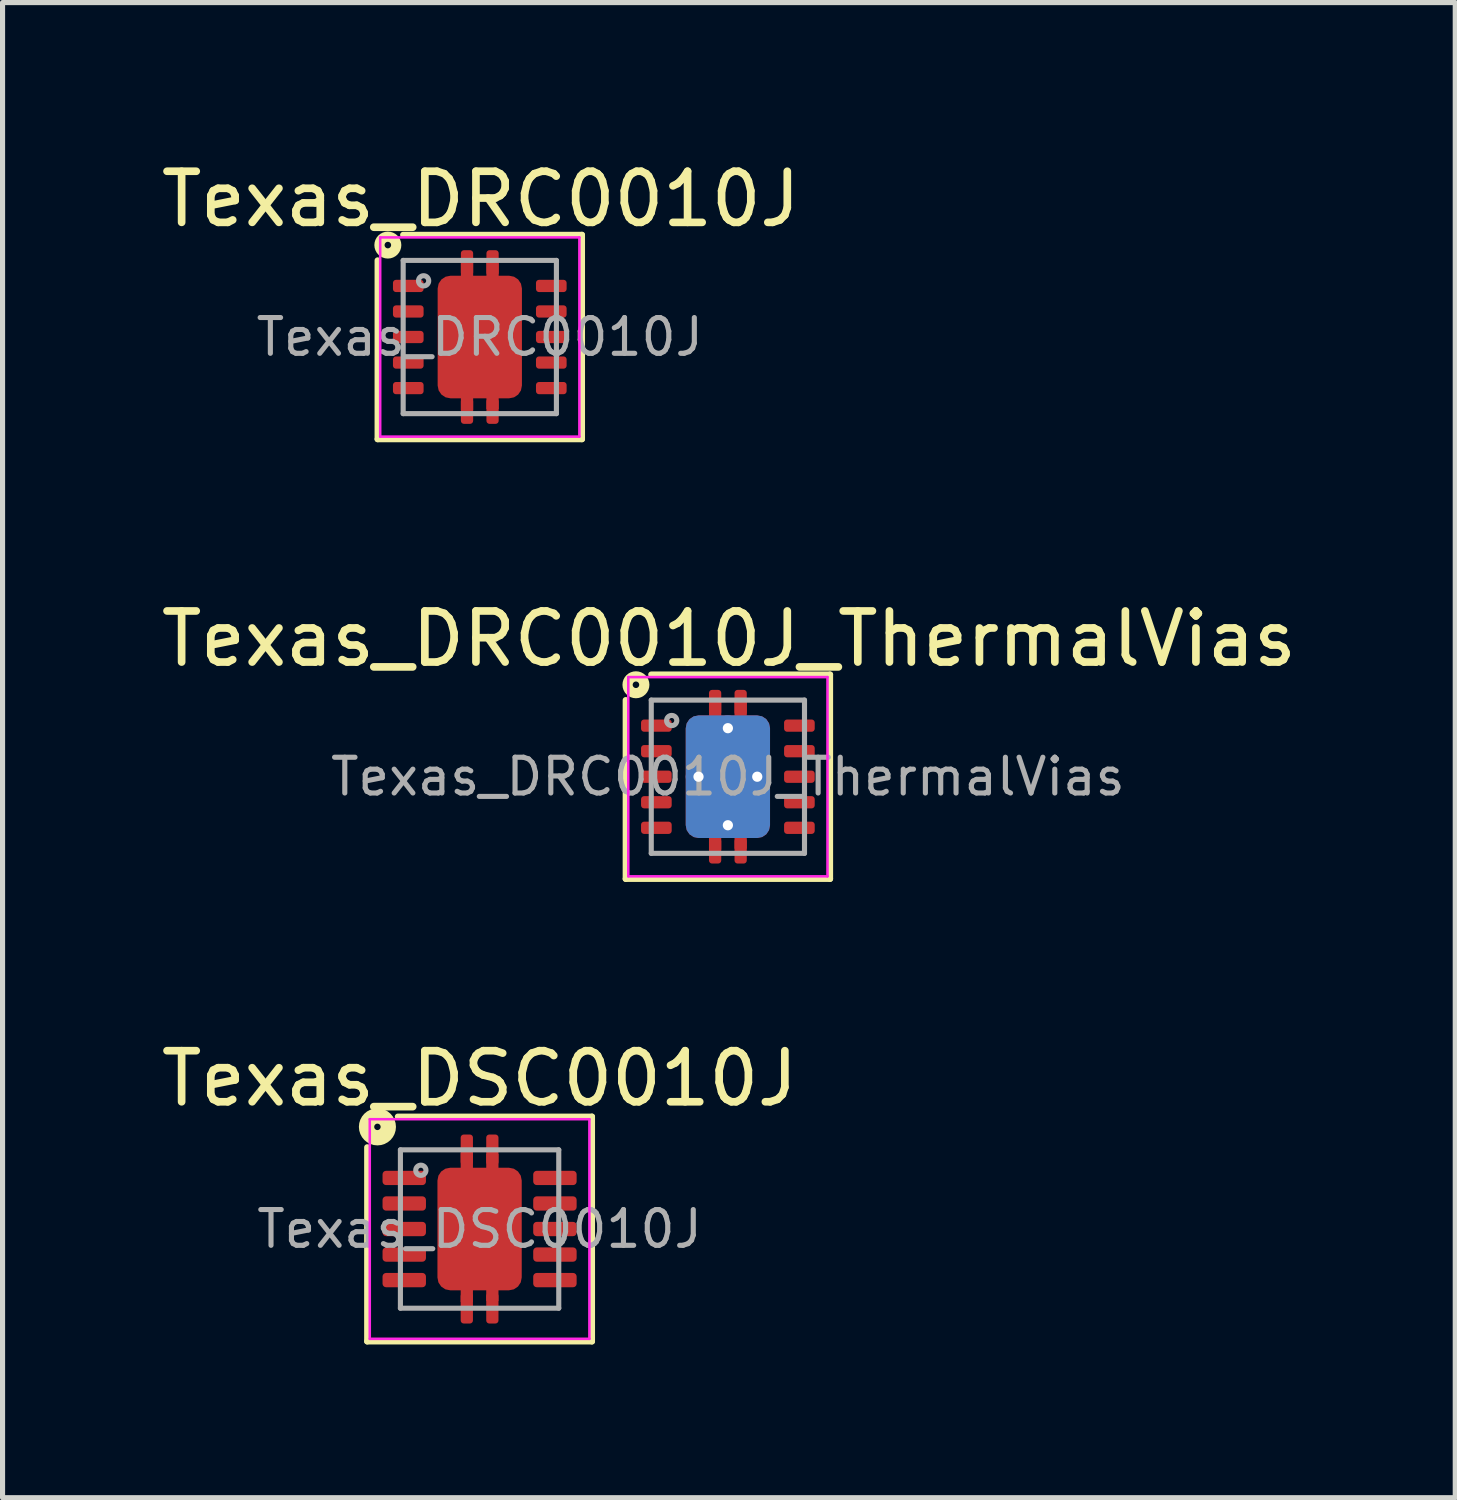
<source format=kicad_pcb>
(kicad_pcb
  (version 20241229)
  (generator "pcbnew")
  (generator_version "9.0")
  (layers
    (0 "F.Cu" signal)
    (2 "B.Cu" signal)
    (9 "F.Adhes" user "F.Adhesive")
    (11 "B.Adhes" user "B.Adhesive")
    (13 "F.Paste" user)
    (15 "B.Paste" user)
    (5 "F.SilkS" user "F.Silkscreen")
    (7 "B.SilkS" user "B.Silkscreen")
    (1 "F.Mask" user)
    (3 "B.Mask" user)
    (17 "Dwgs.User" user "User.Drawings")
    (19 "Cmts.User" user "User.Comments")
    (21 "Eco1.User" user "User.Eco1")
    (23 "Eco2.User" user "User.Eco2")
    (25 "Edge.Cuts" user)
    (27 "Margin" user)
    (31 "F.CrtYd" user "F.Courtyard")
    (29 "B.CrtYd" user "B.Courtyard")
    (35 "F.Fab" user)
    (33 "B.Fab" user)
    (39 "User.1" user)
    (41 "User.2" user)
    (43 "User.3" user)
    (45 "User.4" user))
  (footprint "Texas_DRC0010J_ThermalVias"
    (layer "F.Cu")
    (at 11.2 12.156)
    (property "Reference" "Texas_DRC0010J_ThermalVias" (at 0.02 -2.7 0) (layer "F.SilkS") (effects (font (size 1 1) (thickness 0.15))))
    (attr smd)
    (fp_line (start -2 2) (end -2 -1.5) (stroke (width 0.12) (type solid)) (layer "F.SilkS"))
    (fp_line (start -1.5 -2) (end 2 -2) (stroke (width 0.12) (type solid)) (layer "F.SilkS"))
    (fp_line (start 2 -2) (end 2 2) (stroke (width 0.12) (type solid)) (layer "F.SilkS"))
    (fp_line (start 2 2) (end -2 2) (stroke (width 0.12) (type solid)) (layer "F.SilkS"))
    (fp_circle (center -1.8 -1.8) (end -1.736 -1.8) (stroke (width 0.2) (type solid)) (fill no) (layer "F.SilkS"))
    (fp_line (start -1.95 -1.95) (end -1.95 1.95) (stroke (width 0.05) (type solid)) (layer "F.CrtYd"))
    (fp_line (start -1.95 -1.95) (end 1.95 -1.95) (stroke (width 0.05) (type solid)) (layer "F.CrtYd"))
    (fp_line (start -1.95 1.95) (end 1.95 1.95) (stroke (width 0.05) (type solid)) (layer "F.CrtYd"))
    (fp_line (start 1.95 -1.95) (end 1.95 1.95) (stroke (width 0.05) (type solid)) (layer "F.CrtYd"))
    (fp_line (start -1.5 -1.5) (end -1.5 1.5) (stroke (width 0.1) (type solid)) (layer "F.Fab"))
    (fp_line (start -1.5 -1.5) (end 1.5 -1.5) (stroke (width 0.1) (type solid)) (layer "F.Fab"))
    (fp_line (start -1.5 1.5) (end 1.5 1.5) (stroke (width 0.1) (type solid)) (layer "F.Fab"))
    (fp_line (start 1.5 -1.5) (end 1.5 1.5) (stroke (width 0.1) (type solid)) (layer "F.Fab"))
    (fp_circle (center -1.1 -1.1) (end -1 -1.1) (stroke (width 0.1) (type solid)) (fill no) (layer "F.Fab"))
    (fp_text user "${REFERENCE}" (at 0 0 0) (layer "F.Fab") (effects (font (size 0.7 0.7) (thickness 0.1))))
    (pad "" smd roundrect (at 0 -0.6) (size 1.5 1) (layers "F.Paste") (roundrect_rratio 0.1))
    (pad "" smd roundrect (at 0 0.6) (size 1.5 1) (layers "F.Paste") (roundrect_rratio 0.1))
    (pad "1" smd roundrect (at -1.4 -1) (size 0.6 0.24) (layers "F.Cu" "F.Mask" "F.Paste") (roundrect_rratio 0.25))
    (pad "2" smd roundrect (at -1.4 -0.5) (size 0.6 0.24) (layers "F.Cu" "F.Mask" "F.Paste") (roundrect_rratio 0.25))
    (pad "3" smd roundrect (at -1.4 0) (size 0.6 0.24) (layers "F.Cu" "F.Mask" "F.Paste") (roundrect_rratio 0.25))
    (pad "4" smd roundrect (at -1.4 0.5) (size 0.6 0.24) (layers "F.Cu" "F.Mask" "F.Paste") (roundrect_rratio 0.25))
    (pad "5" smd roundrect (at -1.4 1) (size 0.6 0.24) (layers "F.Cu" "F.Mask" "F.Paste") (roundrect_rratio 0.25))
    (pad "6" smd roundrect (at 1.4 1) (size 0.6 0.24) (layers "F.Cu" "F.Mask" "F.Paste") (roundrect_rratio 0.25))
    (pad "7" smd roundrect (at 1.4 0.5) (size 0.6 0.24) (layers "F.Cu" "F.Mask" "F.Paste") (roundrect_rratio 0.25))
    (pad "8" smd roundrect (at 1.4 0) (size 0.6 0.24) (layers "F.Cu" "F.Mask" "F.Paste") (roundrect_rratio 0.25))
    (pad "9" smd roundrect (at 1.4 -0.5) (size 0.6 0.24) (layers "F.Cu" "F.Mask" "F.Paste") (roundrect_rratio 0.25))
    (pad "10" smd roundrect (at 1.4 -1) (size 0.6 0.24) (layers "F.Cu" "F.Mask" "F.Paste") (roundrect_rratio 0.25))
    (pad "11" thru_hole circle (at -0.575 0) (size 0.5 0.5) (drill 0.2) (property pad_prop_heatsink) (layers "*.Cu"))
    (pad "11" smd roundrect (at -0.25 -1.45 90) (size 0.5 0.24) (layers "F.Cu" "F.Mask" "F.Paste") (roundrect_rratio 0.25))
    (pad "11" smd rect (at -0.25 -1.24 90) (size 0.5 0.24) (layers "F.Cu" "F.Mask"))
    (pad "11" smd rect (at -0.25 1.18 90) (size 0.5 0.24) (layers "F.Cu" "F.Mask"))
    (pad "11" smd roundrect (at -0.25 1.45 90) (size 0.5 0.24) (layers "F.Cu" "F.Mask" "F.Paste") (roundrect_rratio 0.25))
    (pad "11" thru_hole circle (at 0 -0.95) (size 0.5 0.5) (drill 0.2) (property pad_prop_heatsink) (layers "*.Cu"))
    (pad "11" smd roundrect (at 0 0) (size 1.65 2.4) (layers "F.Cu" "F.Mask") (roundrect_rratio 0.152))
    (pad "11" smd roundrect (at 0 0) (size 1.65 2.4) (layers "B.Cu" "B.Mask") (roundrect_rratio 0.152))
    (pad "11" thru_hole circle (at 0 0.95) (size 0.5 0.5) (drill 0.2) (property pad_prop_heatsink) (layers "*.Cu"))
    (pad "11" smd roundrect (at 0.25 -1.45 90) (size 0.5 0.24) (layers "F.Cu" "F.Mask" "F.Paste") (roundrect_rratio 0.25))
    (pad "11" smd rect (at 0.25 -1.22 90) (size 0.5 0.24) (layers "F.Cu" "F.Mask"))
    (pad "11" smd rect (at 0.25 1.16 90) (size 0.5 0.24) (layers "F.Cu" "F.Mask"))
    (pad "11" smd roundrect (at 0.25 1.45 90) (size 0.5 0.24) (layers "F.Cu" "F.Mask" "F.Paste") (roundrect_rratio 0.25))
    (pad "11" thru_hole circle (at 0.575 0) (size 0.5 0.5) (drill 0.2) (property pad_prop_heatsink) (layers "*.Cu")))
  (footprint "Texas_DSC0010J"
    (layer "F.Cu")
    (at 6.339 21.011)
    (property "Reference" "Texas_DSC0010J" (at 0 -2.946 0) (layer "F.SilkS") (effects (font (size 1 1) (thickness 0.15))))
    (attr smd)
    (fp_line (start -2.2 2.2) (end -2.2 -1.6) (stroke (width 0.12) (type solid)) (layer "F.SilkS"))
    (fp_line (start -1.6 -2.2) (end 2.2 -2.2) (stroke (width 0.12) (type solid)) (layer "F.SilkS"))
    (fp_line (start 2.2 -2.2) (end 2.2 2.2) (stroke (width 0.12) (type solid)) (layer "F.SilkS"))
    (fp_line (start 2.2 2.2) (end -2.2 2.2) (stroke (width 0.12) (type solid)) (layer "F.SilkS"))
    (fp_circle (center -2 -2) (end -1.937 -2) (stroke (width 0.3) (type solid)) (fill no) (layer "F.SilkS"))
    (fp_line (start -2.15 -2.15) (end -2.15 2.15) (stroke (width 0.05) (type solid)) (layer "F.CrtYd"))
    (fp_line (start -2.15 -2.15) (end 2.15 -2.15) (stroke (width 0.05) (type solid)) (layer "F.CrtYd"))
    (fp_line (start -2.15 2.15) (end 2.15 2.15) (stroke (width 0.05) (type solid)) (layer "F.CrtYd"))
    (fp_line (start 2.15 -2.15) (end 2.15 2.15) (stroke (width 0.05) (type solid)) (layer "F.CrtYd"))
    (fp_line (start -1.55 -1.55) (end 1.55 -1.55) (stroke (width 0.1) (type solid)) (layer "F.Fab"))
    (fp_line (start -1.55 1.55) (end -1.55 -1.55) (stroke (width 0.1) (type solid)) (layer "F.Fab"))
    (fp_line (start 1.55 -1.55) (end 1.55 1.55) (stroke (width 0.1) (type solid)) (layer "F.Fab"))
    (fp_line (start 1.55 1.55) (end -1.55 1.55) (stroke (width 0.1) (type solid)) (layer "F.Fab"))
    (fp_circle (center -1.15 -1.15) (end -1.05 -1.15) (stroke (width 0.1) (type solid)) (fill no) (layer "F.Fab"))
    (fp_text user "${REFERENCE}" (at 0 0 0) (layer "F.Fab") (effects (font (size 0.7 0.7) (thickness 0.1))))
    (pad "" smd roundrect (at 0 -0.6) (size 1.5 1) (layers "F.Paste") (roundrect_rratio 0.1))
    (pad "" smd roundrect (at 0 0.6) (size 1.5 1) (layers "F.Paste") (roundrect_rratio 0.1))
    (pad "1" smd roundrect (at -1.475 -1) (size 0.85 0.28) (layers "F.Cu" "F.Mask" "F.Paste") (roundrect_rratio 0.25))
    (pad "2" smd roundrect (at -1.475 -0.5) (size 0.85 0.28) (layers "F.Cu" "F.Mask" "F.Paste") (roundrect_rratio 0.25))
    (pad "3" smd roundrect (at -1.475 0) (size 0.85 0.28) (layers "F.Cu" "F.Mask" "F.Paste") (roundrect_rratio 0.25))
    (pad "4" smd roundrect (at -1.475 0.5) (size 0.85 0.28) (layers "F.Cu" "F.Mask" "F.Paste") (roundrect_rratio 0.25))
    (pad "5" smd roundrect (at -1.475 1) (size 0.85 0.28) (layers "F.Cu" "F.Mask" "F.Paste") (roundrect_rratio 0.25))
    (pad "6" smd roundrect (at 1.475 1) (size 0.85 0.28) (layers "F.Cu" "F.Mask" "F.Paste") (roundrect_rratio 0.25))
    (pad "7" smd roundrect (at 1.475 0.5) (size 0.85 0.28) (layers "F.Cu" "F.Mask" "F.Paste") (roundrect_rratio 0.25))
    (pad "8" smd roundrect (at 1.475 0) (size 0.85 0.28) (layers "F.Cu" "F.Mask" "F.Paste") (roundrect_rratio 0.25))
    (pad "9" smd roundrect (at 1.475 -0.5) (size 0.85 0.28) (layers "F.Cu" "F.Mask" "F.Paste") (roundrect_rratio 0.25))
    (pad "10" smd roundrect (at 1.475 -1) (size 0.85 0.28) (layers "F.Cu" "F.Mask" "F.Paste") (roundrect_rratio 0.25))
    (pad "11" smd roundrect (at -0.25 -1.55 90) (size 0.6 0.24) (layers "F.Cu" "F.Mask" "F.Paste") (roundrect_rratio 0.25))
    (pad "11" smd rect (at -0.25 -1.24 90) (size 0.5 0.24) (layers "F.Cu" "F.Mask"))
    (pad "11" smd rect (at -0.25 1.18 90) (size 0.5 0.24) (layers "F.Cu" "F.Mask"))
    (pad "11" smd roundrect (at -0.25 1.55 90) (size 0.6 0.24) (layers "F.Cu" "F.Mask" "F.Paste") (roundrect_rratio 0.25))
    (pad "11" smd roundrect (at 0 0) (size 1.65 2.4) (layers "F.Cu" "F.Mask") (roundrect_rratio 0.152))
    (pad "11" smd roundrect (at 0.25 -1.55 90) (size 0.6 0.24) (layers "F.Cu" "F.Mask" "F.Paste") (roundrect_rratio 0.25))
    (pad "11" smd rect (at 0.25 -1.22 90) (size 0.5 0.24) (layers "F.Cu" "F.Mask"))
    (pad "11" smd rect (at 0.25 1.16 90) (size 0.5 0.24) (layers "F.Cu" "F.Mask"))
    (pad "11" smd roundrect (at 0.25 1.55 90) (size 0.6 0.24) (layers "F.Cu" "F.Mask" "F.Paste") (roundrect_rratio 0.25)))
  (footprint "Texas_DRC0010J"
    (layer "F.Cu")
    (at 6.343 3.548)
    (property "Reference" "Texas_DRC0010J" (at 0.02 -2.7 0) (layer "F.SilkS") (effects (font (size 1 1) (thickness 0.15))))
    (attr smd)
    (fp_line (start -2 2) (end -2 -1.5) (stroke (width 0.12) (type solid)) (layer "F.SilkS"))
    (fp_line (start -1.5 -2) (end 2 -2) (stroke (width 0.12) (type solid)) (layer "F.SilkS"))
    (fp_line (start 2 -2) (end 2 2) (stroke (width 0.12) (type solid)) (layer "F.SilkS"))
    (fp_line (start 2 2) (end -2 2) (stroke (width 0.12) (type solid)) (layer "F.SilkS"))
    (fp_circle (center -1.8 -1.8) (end -1.736 -1.8) (stroke (width 0.2) (type solid)) (fill no) (layer "F.SilkS"))
    (fp_line (start -1.95 -1.95) (end -1.95 1.95) (stroke (width 0.05) (type solid)) (layer "F.CrtYd"))
    (fp_line (start -1.95 -1.95) (end 1.95 -1.95) (stroke (width 0.05) (type solid)) (layer "F.CrtYd"))
    (fp_line (start -1.95 1.95) (end 1.95 1.95) (stroke (width 0.05) (type solid)) (layer "F.CrtYd"))
    (fp_line (start 1.95 -1.95) (end 1.95 1.95) (stroke (width 0.05) (type solid)) (layer "F.CrtYd"))
    (fp_line (start -1.5 -1.5) (end -1.5 1.5) (stroke (width 0.1) (type solid)) (layer "F.Fab"))
    (fp_line (start -1.5 -1.5) (end 1.5 -1.5) (stroke (width 0.1) (type solid)) (layer "F.Fab"))
    (fp_line (start -1.5 1.5) (end 1.5 1.5) (stroke (width 0.1) (type solid)) (layer "F.Fab"))
    (fp_line (start 1.5 -1.5) (end 1.5 1.5) (stroke (width 0.1) (type solid)) (layer "F.Fab"))
    (fp_circle (center -1.1 -1.1) (end -1 -1.1) (stroke (width 0.1) (type solid)) (fill no) (layer "F.Fab"))
    (fp_text user "${REFERENCE}" (at 0 0 0) (layer "F.Fab") (effects (font (size 0.7 0.7) (thickness 0.1))))
    (pad "" smd roundrect (at 0 -0.6) (size 1.5 1) (layers "F.Paste") (roundrect_rratio 0.1))
    (pad "" smd roundrect (at 0 0.6) (size 1.5 1) (layers "F.Paste") (roundrect_rratio 0.1))
    (pad "1" smd roundrect (at -1.4 -1) (size 0.6 0.24) (layers "F.Cu" "F.Mask" "F.Paste") (roundrect_rratio 0.25))
    (pad "2" smd roundrect (at -1.4 -0.5) (size 0.6 0.24) (layers "F.Cu" "F.Mask" "F.Paste") (roundrect_rratio 0.25))
    (pad "3" smd roundrect (at -1.4 0) (size 0.6 0.24) (layers "F.Cu" "F.Mask" "F.Paste") (roundrect_rratio 0.25))
    (pad "4" smd roundrect (at -1.4 0.5) (size 0.6 0.24) (layers "F.Cu" "F.Mask" "F.Paste") (roundrect_rratio 0.25))
    (pad "5" smd roundrect (at -1.4 1) (size 0.6 0.24) (layers "F.Cu" "F.Mask" "F.Paste") (roundrect_rratio 0.25))
    (pad "6" smd roundrect (at 1.4 1) (size 0.6 0.24) (layers "F.Cu" "F.Mask" "F.Paste") (roundrect_rratio 0.25))
    (pad "7" smd roundrect (at 1.4 0.5) (size 0.6 0.24) (layers "F.Cu" "F.Mask" "F.Paste") (roundrect_rratio 0.25))
    (pad "8" smd roundrect (at 1.4 0) (size 0.6 0.24) (layers "F.Cu" "F.Mask" "F.Paste") (roundrect_rratio 0.25))
    (pad "9" smd roundrect (at 1.4 -0.5) (size 0.6 0.24) (layers "F.Cu" "F.Mask" "F.Paste") (roundrect_rratio 0.25))
    (pad "10" smd roundrect (at 1.4 -1) (size 0.6 0.24) (layers "F.Cu" "F.Mask" "F.Paste") (roundrect_rratio 0.25))
    (pad "11" smd roundrect (at -0.25 -1.45 90) (size 0.5 0.24) (layers "F.Cu" "F.Mask" "F.Paste") (roundrect_rratio 0.25))
    (pad "11" smd rect (at -0.25 -1.24 90) (size 0.5 0.24) (layers "F.Cu" "F.Mask"))
    (pad "11" smd rect (at -0.25 1.18 90) (size 0.5 0.24) (layers "F.Cu" "F.Mask"))
    (pad "11" smd roundrect (at -0.25 1.45 90) (size 0.5 0.24) (layers "F.Cu" "F.Mask" "F.Paste") (roundrect_rratio 0.25))
    (pad "11" smd roundrect (at 0 0) (size 1.65 2.4) (layers "F.Cu" "F.Mask") (roundrect_rratio 0.152))
    (pad "11" smd roundrect (at 0.25 -1.45 90) (size 0.5 0.24) (layers "F.Cu" "F.Mask" "F.Paste") (roundrect_rratio 0.25))
    (pad "11" smd rect (at 0.25 -1.22 90) (size 0.5 0.24) (layers "F.Cu" "F.Mask"))
    (pad "11" smd rect (at 0.25 1.16 90) (size 0.5 0.24) (layers "F.Cu" "F.Mask"))
    (pad "11" smd roundrect (at 0.25 1.45 90) (size 0.5 0.24) (layers "F.Cu" "F.Mask" "F.Paste") (roundrect_rratio 0.25)))
  (gr_rect
    (start -3 -3)
    (end 25.44 26.271)
    (stroke (width 0.1) (type default))
    (fill no)
    (layer "Edge.Cuts")))
</source>
